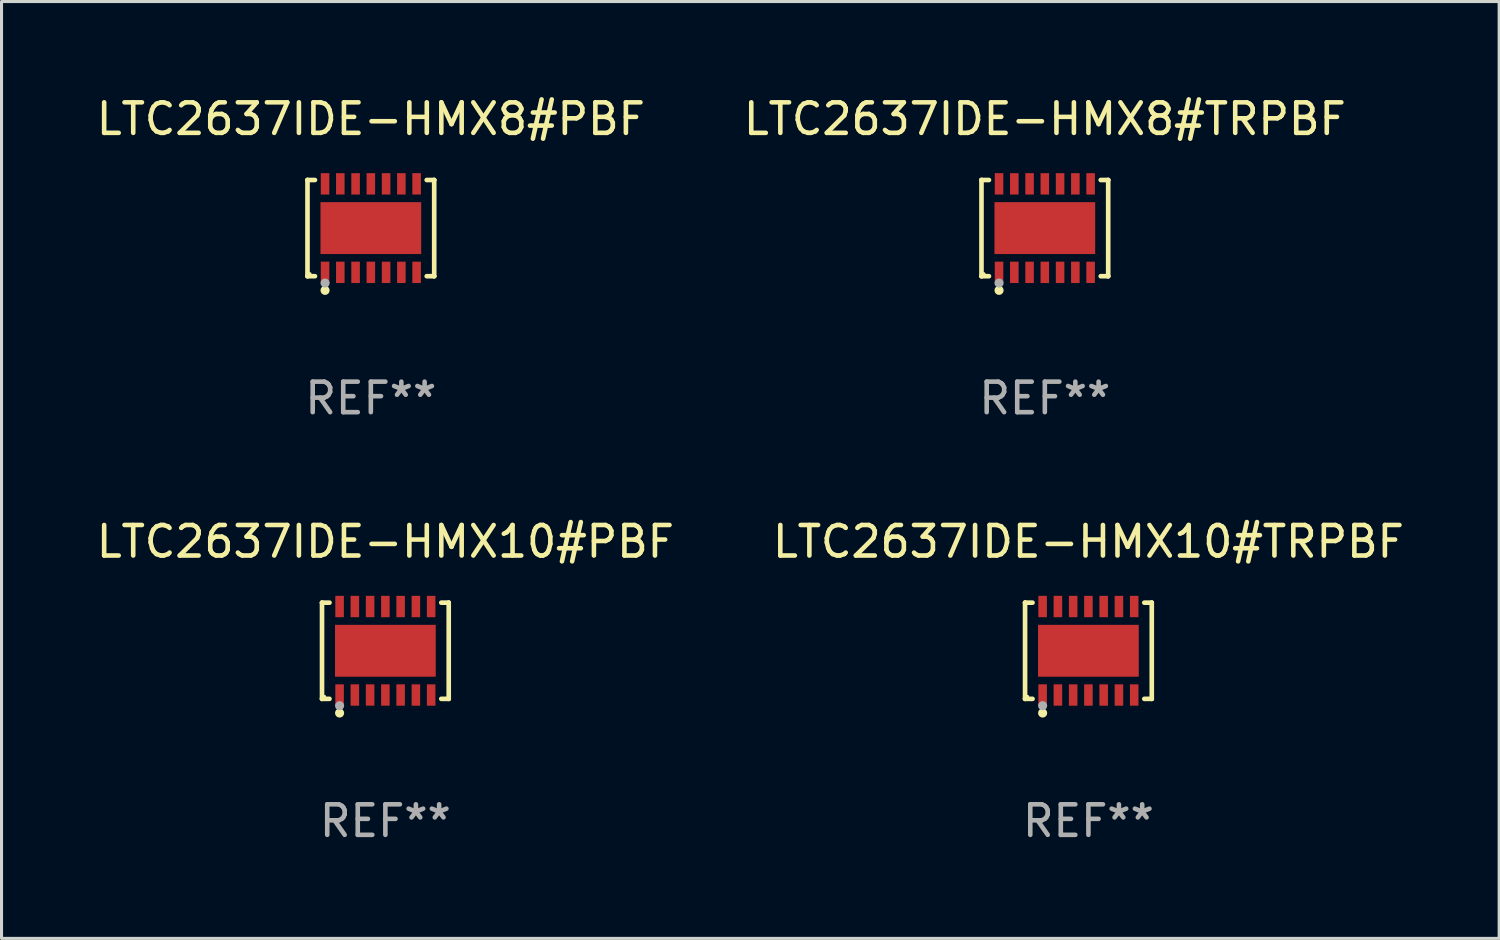
<source format=kicad_pcb>
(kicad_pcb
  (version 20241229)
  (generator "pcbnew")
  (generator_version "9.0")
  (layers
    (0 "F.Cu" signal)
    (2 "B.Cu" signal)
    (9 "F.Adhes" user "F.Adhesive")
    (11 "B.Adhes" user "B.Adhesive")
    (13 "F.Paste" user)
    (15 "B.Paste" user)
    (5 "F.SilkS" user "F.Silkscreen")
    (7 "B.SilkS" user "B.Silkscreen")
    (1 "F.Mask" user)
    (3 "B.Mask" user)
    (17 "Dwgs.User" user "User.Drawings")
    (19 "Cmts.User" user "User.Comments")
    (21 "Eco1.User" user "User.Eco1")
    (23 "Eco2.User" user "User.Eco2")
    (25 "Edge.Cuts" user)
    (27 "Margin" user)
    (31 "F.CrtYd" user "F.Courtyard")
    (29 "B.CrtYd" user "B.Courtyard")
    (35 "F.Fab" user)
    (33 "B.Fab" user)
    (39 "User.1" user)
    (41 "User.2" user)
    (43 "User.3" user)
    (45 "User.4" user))
  (footprint "LTC2637IDE-HMX8#PBF"
    (layer "F.Cu")
    (at 9.101 4.424)
    (property "Reference" "LTC2637IDE-HMX8#PBF" (at 0 -3.576 0) (layer "F.SilkS") (effects (font (size 1 1) (thickness 0.15))))
    (attr through_hole)
    (fp_line (start -2.076 -1.576) (end -2.076 -1.576) (stroke (width 0.152) (type solid)) (layer "F.SilkS"))
    (fp_line (start -2.076 -1.576) (end -1.831 -1.576) (stroke (width 0.152) (type solid)) (layer "F.SilkS"))
    (fp_line (start -2.076 1.576) (end -2.076 -1.576) (stroke (width 0.152) (type solid)) (layer "F.SilkS"))
    (fp_line (start -2.076 1.576) (end -2.076 1.576) (stroke (width 0.152) (type solid)) (layer "F.SilkS"))
    (fp_line (start -1.831 1.576) (end -2.076 1.576) (stroke (width 0.152) (type solid)) (layer "F.SilkS"))
    (fp_line (start 1.831 1.576) (end 2.076 1.576) (stroke (width 0.152) (type solid)) (layer "F.SilkS"))
    (fp_line (start 2.076 -1.576) (end 1.831 -1.576) (stroke (width 0.152) (type solid)) (layer "F.SilkS"))
    (fp_line (start 2.076 -1.576) (end 2.076 -1.576) (stroke (width 0.152) (type solid)) (layer "F.SilkS"))
    (fp_line (start 2.076 1.576) (end 2.076 -1.576) (stroke (width 0.152) (type solid)) (layer "F.SilkS"))
    (fp_line (start 2.076 1.576) (end 2.076 1.576) (stroke (width 0.152) (type solid)) (layer "F.SilkS"))
    (fp_circle (center -2 1.5) (end -1.97 1.5) (stroke (width 0.06) (type solid)) (fill no) (layer "F.SilkS"))
    (fp_circle (center -1.5 2.04) (end -1.425 2.04) (stroke (width 0.15) (type solid)) (fill no) (layer "F.SilkS"))
    (fp_circle (center -1.5 1.8) (end -1.425 1.8) (stroke (width 0.15) (type solid)) (fill no) (layer "F.Fab"))
    (fp_text user "REF**" (at 0 5.576 0) (layer "F.Fab") (effects (font (size 1 1) (thickness 0.15))))
    (pad "1" smd rect (at -1.5 1.45) (size 0.28 0.7) (layers "F.Cu" "F.Mask" "F.Paste"))
    (pad "2" smd rect (at -1 1.45) (size 0.28 0.7) (layers "F.Cu" "F.Mask" "F.Paste"))
    (pad "3" smd rect (at -0.5 1.45) (size 0.28 0.7) (layers "F.Cu" "F.Mask" "F.Paste"))
    (pad "4" smd rect (at 0 1.45) (size 0.28 0.7) (layers "F.Cu" "F.Mask" "F.Paste"))
    (pad "5" smd rect (at 0.5 1.45) (size 0.28 0.7) (layers "F.Cu" "F.Mask" "F.Paste"))
    (pad "6" smd rect (at 1 1.45) (size 0.28 0.7) (layers "F.Cu" "F.Mask" "F.Paste"))
    (pad "7" smd rect (at 1.5 1.45) (size 0.28 0.7) (layers "F.Cu" "F.Mask" "F.Paste"))
    (pad "8" smd rect (at 1.5 -1.45) (size 0.28 0.7) (layers "F.Cu" "F.Mask" "F.Paste"))
    (pad "9" smd rect (at 1 -1.45) (size 0.28 0.7) (layers "F.Cu" "F.Mask" "F.Paste"))
    (pad "10" smd rect (at 0.5 -1.45) (size 0.28 0.7) (layers "F.Cu" "F.Mask" "F.Paste"))
    (pad "11" smd rect (at 0 -1.45) (size 0.28 0.7) (layers "F.Cu" "F.Mask" "F.Paste"))
    (pad "12" smd rect (at -0.5 -1.45) (size 0.28 0.7) (layers "F.Cu" "F.Mask" "F.Paste"))
    (pad "13" smd rect (at -1 -1.45) (size 0.28 0.7) (layers "F.Cu" "F.Mask" "F.Paste"))
    (pad "14" smd rect (at -1.5 -1.45) (size 0.28 0.7) (layers "F.Cu" "F.Mask" "F.Paste"))
    (pad "15" smd rect (at 0 0) (size 3.3 1.7) (layers "F.Cu" "F.Mask" "F.Paste")))
  (footprint "LTC2637IDE-HMX10#PBF"
    (layer "F.Cu")
    (at 9.577 18.273)
    (property "Reference" "LTC2637IDE-HMX10#PBF" (at 0 -3.576 0) (layer "F.SilkS") (effects (font (size 1 1) (thickness 0.15))))
    (attr through_hole)
    (fp_line (start -2.076 -1.576) (end -2.076 -1.576) (stroke (width 0.152) (type solid)) (layer "F.SilkS"))
    (fp_line (start -2.076 -1.576) (end -1.831 -1.576) (stroke (width 0.152) (type solid)) (layer "F.SilkS"))
    (fp_line (start -2.076 1.576) (end -2.076 -1.576) (stroke (width 0.152) (type solid)) (layer "F.SilkS"))
    (fp_line (start -2.076 1.576) (end -2.076 1.576) (stroke (width 0.152) (type solid)) (layer "F.SilkS"))
    (fp_line (start -1.831 1.576) (end -2.076 1.576) (stroke (width 0.152) (type solid)) (layer "F.SilkS"))
    (fp_line (start 1.831 1.576) (end 2.076 1.576) (stroke (width 0.152) (type solid)) (layer "F.SilkS"))
    (fp_line (start 2.076 -1.576) (end 1.831 -1.576) (stroke (width 0.152) (type solid)) (layer "F.SilkS"))
    (fp_line (start 2.076 -1.576) (end 2.076 -1.576) (stroke (width 0.152) (type solid)) (layer "F.SilkS"))
    (fp_line (start 2.076 1.576) (end 2.076 -1.576) (stroke (width 0.152) (type solid)) (layer "F.SilkS"))
    (fp_line (start 2.076 1.576) (end 2.076 1.576) (stroke (width 0.152) (type solid)) (layer "F.SilkS"))
    (fp_circle (center -2 1.5) (end -1.97 1.5) (stroke (width 0.06) (type solid)) (fill no) (layer "F.SilkS"))
    (fp_circle (center -1.5 2.04) (end -1.425 2.04) (stroke (width 0.15) (type solid)) (fill no) (layer "F.SilkS"))
    (fp_circle (center -1.5 1.8) (end -1.425 1.8) (stroke (width 0.15) (type solid)) (fill no) (layer "F.Fab"))
    (fp_text user "REF**" (at 0 5.576 0) (layer "F.Fab") (effects (font (size 1 1) (thickness 0.15))))
    (pad "1" smd rect (at -1.5 1.45) (size 0.28 0.7) (layers "F.Cu" "F.Mask" "F.Paste"))
    (pad "2" smd rect (at -1 1.45) (size 0.28 0.7) (layers "F.Cu" "F.Mask" "F.Paste"))
    (pad "3" smd rect (at -0.5 1.45) (size 0.28 0.7) (layers "F.Cu" "F.Mask" "F.Paste"))
    (pad "4" smd rect (at 0 1.45) (size 0.28 0.7) (layers "F.Cu" "F.Mask" "F.Paste"))
    (pad "5" smd rect (at 0.5 1.45) (size 0.28 0.7) (layers "F.Cu" "F.Mask" "F.Paste"))
    (pad "6" smd rect (at 1 1.45) (size 0.28 0.7) (layers "F.Cu" "F.Mask" "F.Paste"))
    (pad "7" smd rect (at 1.5 1.45) (size 0.28 0.7) (layers "F.Cu" "F.Mask" "F.Paste"))
    (pad "8" smd rect (at 1.5 -1.45) (size 0.28 0.7) (layers "F.Cu" "F.Mask" "F.Paste"))
    (pad "9" smd rect (at 1 -1.45) (size 0.28 0.7) (layers "F.Cu" "F.Mask" "F.Paste"))
    (pad "10" smd rect (at 0.5 -1.45) (size 0.28 0.7) (layers "F.Cu" "F.Mask" "F.Paste"))
    (pad "11" smd rect (at 0 -1.45) (size 0.28 0.7) (layers "F.Cu" "F.Mask" "F.Paste"))
    (pad "12" smd rect (at -0.5 -1.45) (size 0.28 0.7) (layers "F.Cu" "F.Mask" "F.Paste"))
    (pad "13" smd rect (at -1 -1.45) (size 0.28 0.7) (layers "F.Cu" "F.Mask" "F.Paste"))
    (pad "14" smd rect (at -1.5 -1.45) (size 0.28 0.7) (layers "F.Cu" "F.Mask" "F.Paste"))
    (pad "15" smd rect (at 0 0) (size 3.3 1.7) (layers "F.Cu" "F.Mask" "F.Paste")))
  (footprint "LTC2637IDE-HMX10#TRPBF"
    (layer "F.Cu")
    (at 32.613 18.273)
    (property "Reference" "LTC2637IDE-HMX10#TRPBF" (at 0 -3.576 0) (layer "F.SilkS") (effects (font (size 1 1) (thickness 0.15))))
    (attr through_hole)
    (fp_line (start -2.076 -1.576) (end -2.076 -1.576) (stroke (width 0.152) (type solid)) (layer "F.SilkS"))
    (fp_line (start -2.076 -1.576) (end -1.831 -1.576) (stroke (width 0.152) (type solid)) (layer "F.SilkS"))
    (fp_line (start -2.076 1.576) (end -2.076 -1.576) (stroke (width 0.152) (type solid)) (layer "F.SilkS"))
    (fp_line (start -2.076 1.576) (end -2.076 1.576) (stroke (width 0.152) (type solid)) (layer "F.SilkS"))
    (fp_line (start -1.831 1.576) (end -2.076 1.576) (stroke (width 0.152) (type solid)) (layer "F.SilkS"))
    (fp_line (start 1.831 1.576) (end 2.076 1.576) (stroke (width 0.152) (type solid)) (layer "F.SilkS"))
    (fp_line (start 2.076 -1.576) (end 1.831 -1.576) (stroke (width 0.152) (type solid)) (layer "F.SilkS"))
    (fp_line (start 2.076 -1.576) (end 2.076 -1.576) (stroke (width 0.152) (type solid)) (layer "F.SilkS"))
    (fp_line (start 2.076 1.576) (end 2.076 -1.576) (stroke (width 0.152) (type solid)) (layer "F.SilkS"))
    (fp_line (start 2.076 1.576) (end 2.076 1.576) (stroke (width 0.152) (type solid)) (layer "F.SilkS"))
    (fp_circle (center -2 1.5) (end -1.97 1.5) (stroke (width 0.06) (type solid)) (fill no) (layer "F.SilkS"))
    (fp_circle (center -1.5 2.04) (end -1.425 2.04) (stroke (width 0.15) (type solid)) (fill no) (layer "F.SilkS"))
    (fp_circle (center -1.5 1.8) (end -1.425 1.8) (stroke (width 0.15) (type solid)) (fill no) (layer "F.Fab"))
    (fp_text user "REF**" (at 0 5.576 0) (layer "F.Fab") (effects (font (size 1 1) (thickness 0.15))))
    (pad "1" smd rect (at -1.5 1.45) (size 0.28 0.7) (layers "F.Cu" "F.Mask" "F.Paste"))
    (pad "2" smd rect (at -1 1.45) (size 0.28 0.7) (layers "F.Cu" "F.Mask" "F.Paste"))
    (pad "3" smd rect (at -0.5 1.45) (size 0.28 0.7) (layers "F.Cu" "F.Mask" "F.Paste"))
    (pad "4" smd rect (at 0 1.45) (size 0.28 0.7) (layers "F.Cu" "F.Mask" "F.Paste"))
    (pad "5" smd rect (at 0.5 1.45) (size 0.28 0.7) (layers "F.Cu" "F.Mask" "F.Paste"))
    (pad "6" smd rect (at 1 1.45) (size 0.28 0.7) (layers "F.Cu" "F.Mask" "F.Paste"))
    (pad "7" smd rect (at 1.5 1.45) (size 0.28 0.7) (layers "F.Cu" "F.Mask" "F.Paste"))
    (pad "8" smd rect (at 1.5 -1.45) (size 0.28 0.7) (layers "F.Cu" "F.Mask" "F.Paste"))
    (pad "9" smd rect (at 1 -1.45) (size 0.28 0.7) (layers "F.Cu" "F.Mask" "F.Paste"))
    (pad "10" smd rect (at 0.5 -1.45) (size 0.28 0.7) (layers "F.Cu" "F.Mask" "F.Paste"))
    (pad "11" smd rect (at 0 -1.45) (size 0.28 0.7) (layers "F.Cu" "F.Mask" "F.Paste"))
    (pad "12" smd rect (at -0.5 -1.45) (size 0.28 0.7) (layers "F.Cu" "F.Mask" "F.Paste"))
    (pad "13" smd rect (at -1 -1.45) (size 0.28 0.7) (layers "F.Cu" "F.Mask" "F.Paste"))
    (pad "14" smd rect (at -1.5 -1.45) (size 0.28 0.7) (layers "F.Cu" "F.Mask" "F.Paste"))
    (pad "15" smd rect (at 0 0) (size 3.3 1.7) (layers "F.Cu" "F.Mask" "F.Paste")))
  (footprint "LTC2637IDE-HMX8#TRPBF"
    (layer "F.Cu")
    (at 31.185 4.424)
    (property "Reference" "LTC2637IDE-HMX8#TRPBF" (at 0 -3.576 0) (layer "F.SilkS") (effects (font (size 1 1) (thickness 0.15))))
    (attr through_hole)
    (fp_line (start -2.076 -1.576) (end -2.076 -1.576) (stroke (width 0.152) (type solid)) (layer "F.SilkS"))
    (fp_line (start -2.076 -1.576) (end -1.831 -1.576) (stroke (width 0.152) (type solid)) (layer "F.SilkS"))
    (fp_line (start -2.076 1.576) (end -2.076 -1.576) (stroke (width 0.152) (type solid)) (layer "F.SilkS"))
    (fp_line (start -2.076 1.576) (end -2.076 1.576) (stroke (width 0.152) (type solid)) (layer "F.SilkS"))
    (fp_line (start -1.831 1.576) (end -2.076 1.576) (stroke (width 0.152) (type solid)) (layer "F.SilkS"))
    (fp_line (start 1.831 1.576) (end 2.076 1.576) (stroke (width 0.152) (type solid)) (layer "F.SilkS"))
    (fp_line (start 2.076 -1.576) (end 1.831 -1.576) (stroke (width 0.152) (type solid)) (layer "F.SilkS"))
    (fp_line (start 2.076 -1.576) (end 2.076 -1.576) (stroke (width 0.152) (type solid)) (layer "F.SilkS"))
    (fp_line (start 2.076 1.576) (end 2.076 -1.576) (stroke (width 0.152) (type solid)) (layer "F.SilkS"))
    (fp_line (start 2.076 1.576) (end 2.076 1.576) (stroke (width 0.152) (type solid)) (layer "F.SilkS"))
    (fp_circle (center -2 1.5) (end -1.97 1.5) (stroke (width 0.06) (type solid)) (fill no) (layer "F.SilkS"))
    (fp_circle (center -1.5 2.04) (end -1.425 2.04) (stroke (width 0.15) (type solid)) (fill no) (layer "F.SilkS"))
    (fp_circle (center -1.5 1.8) (end -1.425 1.8) (stroke (width 0.15) (type solid)) (fill no) (layer "F.Fab"))
    (fp_text user "REF**" (at 0 5.576 0) (layer "F.Fab") (effects (font (size 1 1) (thickness 0.15))))
    (pad "1" smd rect (at -1.5 1.45) (size 0.28 0.7) (layers "F.Cu" "F.Mask" "F.Paste"))
    (pad "2" smd rect (at -1 1.45) (size 0.28 0.7) (layers "F.Cu" "F.Mask" "F.Paste"))
    (pad "3" smd rect (at -0.5 1.45) (size 0.28 0.7) (layers "F.Cu" "F.Mask" "F.Paste"))
    (pad "4" smd rect (at 0 1.45) (size 0.28 0.7) (layers "F.Cu" "F.Mask" "F.Paste"))
    (pad "5" smd rect (at 0.5 1.45) (size 0.28 0.7) (layers "F.Cu" "F.Mask" "F.Paste"))
    (pad "6" smd rect (at 1 1.45) (size 0.28 0.7) (layers "F.Cu" "F.Mask" "F.Paste"))
    (pad "7" smd rect (at 1.5 1.45) (size 0.28 0.7) (layers "F.Cu" "F.Mask" "F.Paste"))
    (pad "8" smd rect (at 1.5 -1.45) (size 0.28 0.7) (layers "F.Cu" "F.Mask" "F.Paste"))
    (pad "9" smd rect (at 1 -1.45) (size 0.28 0.7) (layers "F.Cu" "F.Mask" "F.Paste"))
    (pad "10" smd rect (at 0.5 -1.45) (size 0.28 0.7) (layers "F.Cu" "F.Mask" "F.Paste"))
    (pad "11" smd rect (at 0 -1.45) (size 0.28 0.7) (layers "F.Cu" "F.Mask" "F.Paste"))
    (pad "12" smd rect (at -0.5 -1.45) (size 0.28 0.7) (layers "F.Cu" "F.Mask" "F.Paste"))
    (pad "13" smd rect (at -1 -1.45) (size 0.28 0.7) (layers "F.Cu" "F.Mask" "F.Paste"))
    (pad "14" smd rect (at -1.5 -1.45) (size 0.28 0.7) (layers "F.Cu" "F.Mask" "F.Paste"))
    (pad "15" smd rect (at 0 0) (size 3.3 1.7) (layers "F.Cu" "F.Mask" "F.Paste")))
  (gr_rect
    (start -3 -3)
    (end 46.071 27.698)
    (stroke (width 0.1) (type default))
    (fill no)
    (layer "Edge.Cuts")))
</source>
